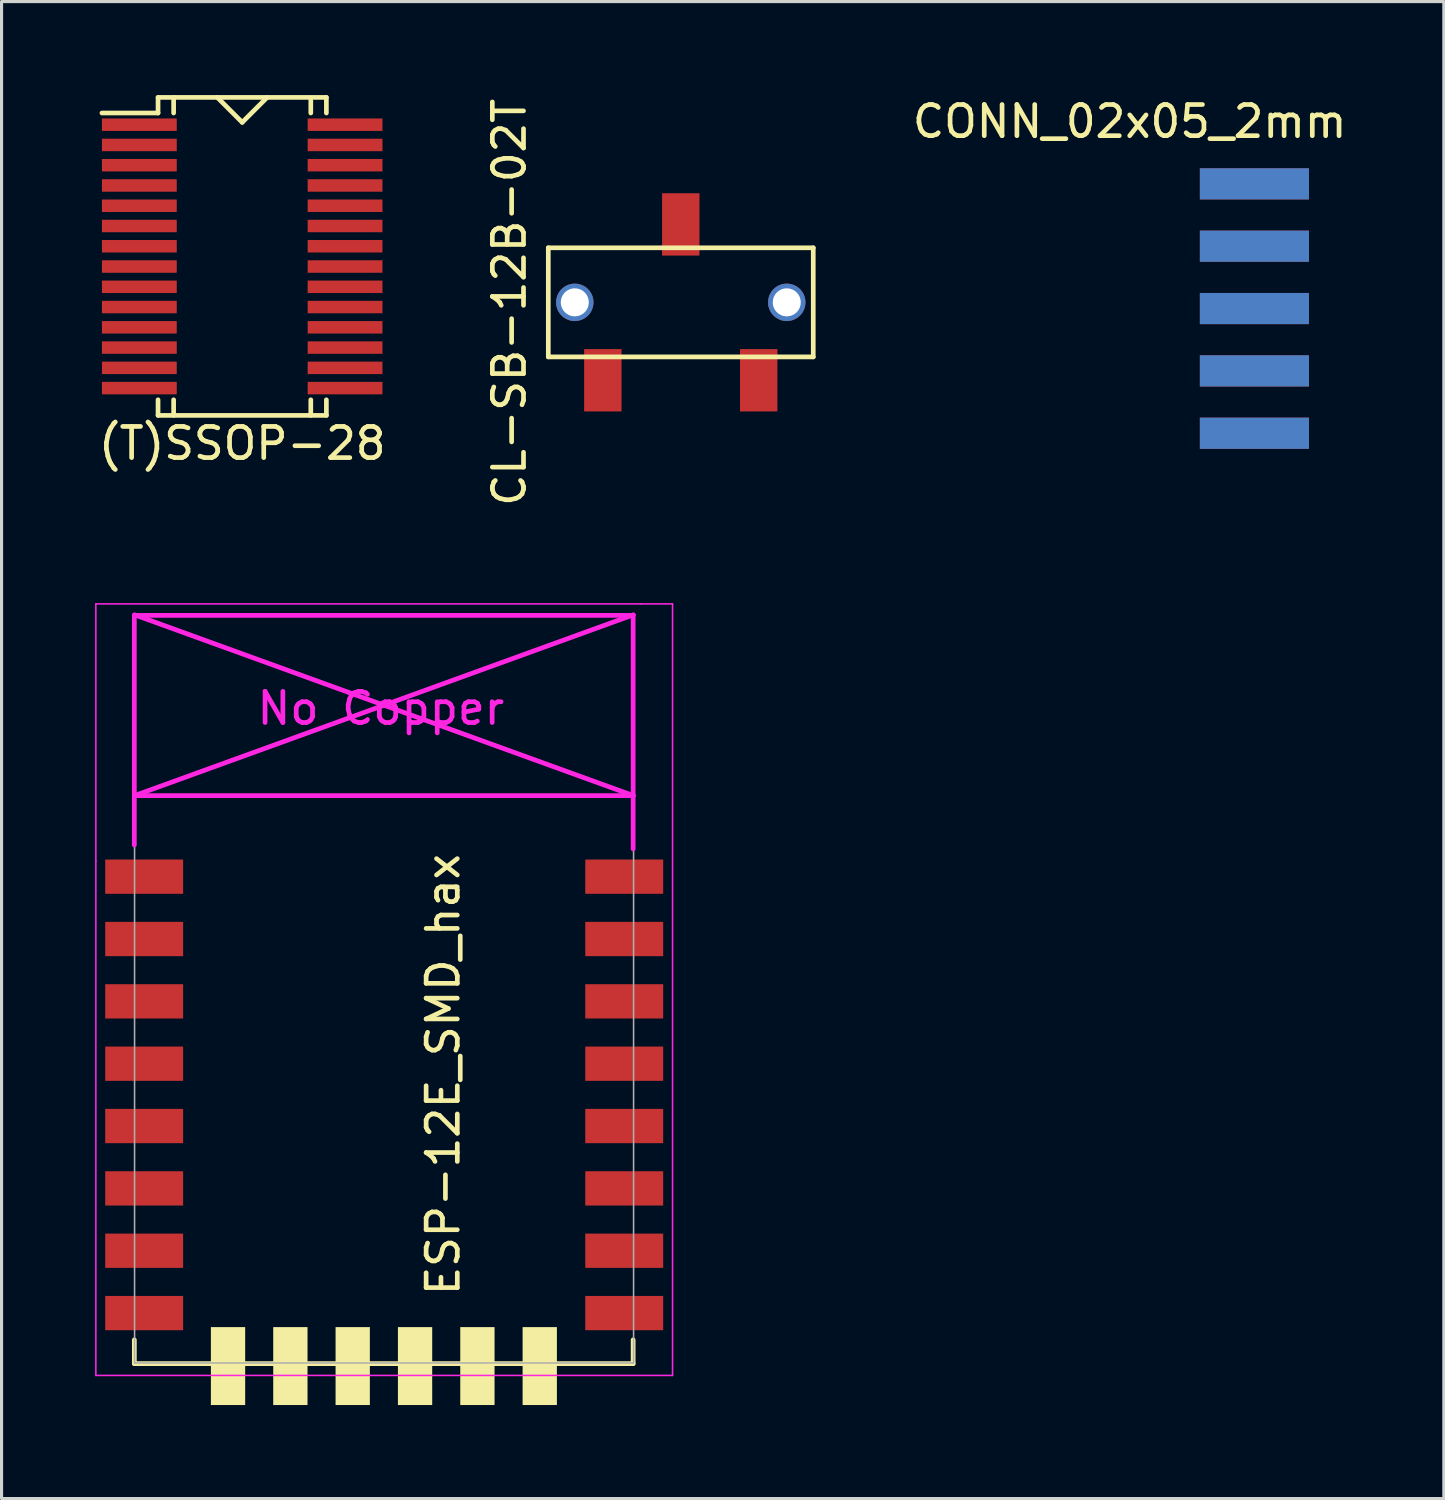
<source format=kicad_pcb>
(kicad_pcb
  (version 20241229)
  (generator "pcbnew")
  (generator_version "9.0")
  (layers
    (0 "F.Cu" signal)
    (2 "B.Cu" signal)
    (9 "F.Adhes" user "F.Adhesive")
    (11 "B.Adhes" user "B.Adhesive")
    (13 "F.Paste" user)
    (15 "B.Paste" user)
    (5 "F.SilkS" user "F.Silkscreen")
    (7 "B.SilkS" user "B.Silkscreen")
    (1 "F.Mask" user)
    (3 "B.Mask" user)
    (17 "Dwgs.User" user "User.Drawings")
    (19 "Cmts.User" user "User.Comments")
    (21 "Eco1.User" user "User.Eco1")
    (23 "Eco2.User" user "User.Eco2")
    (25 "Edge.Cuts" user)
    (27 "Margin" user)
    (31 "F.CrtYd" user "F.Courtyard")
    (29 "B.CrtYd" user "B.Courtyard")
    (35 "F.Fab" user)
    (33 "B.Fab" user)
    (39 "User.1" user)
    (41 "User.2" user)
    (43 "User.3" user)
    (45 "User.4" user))
  (footprint "(T)SSOP-28"
    (layer "F.Cu")
    (at 4.72 5.175)
    (property "Reference" "(T)SSOP-28" (at 0 6 0) (layer "F.SilkS") (effects (font (size 1 1) (thickness 0.15))))
    (attr through_hole)
    (fp_line (start -2.7 -5.1) (end -2.7 -4.6) (stroke (width 0.15) (type solid)) (layer "F.SilkS"))
    (fp_line (start -2.7 -5.1) (end 2.7 -5.1) (stroke (width 0.15) (type solid)) (layer "F.SilkS"))
    (fp_line (start -2.7 -4.6) (end -4.5 -4.6) (stroke (width 0.15) (type solid)) (layer "F.SilkS"))
    (fp_line (start -2.7 4.6) (end -2.7 5.1) (stroke (width 0.15) (type solid)) (layer "F.SilkS"))
    (fp_line (start -2.7 5.1) (end 2.7 5.1) (stroke (width 0.15) (type solid)) (layer "F.SilkS"))
    (fp_line (start -2.2 -5.1) (end -2.2 -4.6) (stroke (width 0.15) (type solid)) (layer "F.SilkS"))
    (fp_line (start -2.2 5.1) (end -2.2 4.6) (stroke (width 0.15) (type solid)) (layer "F.SilkS"))
    (fp_line (start -0.8 -5.1) (end 0 -4.3) (stroke (width 0.15) (type solid)) (layer "F.SilkS"))
    (fp_line (start 0 -4.3) (end 0.8 -5.1) (stroke (width 0.15) (type solid)) (layer "F.SilkS"))
    (fp_line (start 2.2 -5) (end 2.2 -4.6) (stroke (width 0.15) (type solid)) (layer "F.SilkS"))
    (fp_line (start 2.2 5.1) (end 2.2 4.6) (stroke (width 0.15) (type solid)) (layer "F.SilkS"))
    (fp_line (start 2.7 -5.1) (end 2.7 -4.6) (stroke (width 0.15) (type solid)) (layer "F.SilkS"))
    (fp_line (start 2.7 5.1) (end 2.7 4.6) (stroke (width 0.15) (type solid)) (layer "F.SilkS"))
    (pad "1" smd rect (at -3.3 -4.225) (size 2.4 0.4) (layers "F.Cu" "F.Mask" "F.Paste"))
    (pad "2" smd rect (at -3.3 -3.575) (size 2.4 0.4) (layers "F.Cu" "F.Mask" "F.Paste"))
    (pad "3" smd rect (at -3.3 -2.925) (size 2.4 0.4) (layers "F.Cu" "F.Mask" "F.Paste"))
    (pad "4" smd rect (at -3.3 -2.275) (size 2.4 0.4) (layers "F.Cu" "F.Mask" "F.Paste"))
    (pad "5" smd rect (at -3.3 -1.625) (size 2.4 0.4) (layers "F.Cu" "F.Mask" "F.Paste"))
    (pad "6" smd rect (at -3.3 -0.975) (size 2.4 0.4) (layers "F.Cu" "F.Mask" "F.Paste"))
    (pad "7" smd rect (at -3.3 -0.325) (size 2.4 0.4) (layers "F.Cu" "F.Mask" "F.Paste"))
    (pad "8" smd rect (at -3.3 0.325) (size 2.4 0.4) (layers "F.Cu" "F.Mask" "F.Paste"))
    (pad "9" smd rect (at -3.3 0.975) (size 2.4 0.4) (layers "F.Cu" "F.Mask" "F.Paste"))
    (pad "10" smd rect (at -3.3 1.625) (size 2.4 0.4) (layers "F.Cu" "F.Mask" "F.Paste"))
    (pad "11" smd rect (at -3.3 2.275) (size 2.4 0.4) (layers "F.Cu" "F.Mask" "F.Paste"))
    (pad "12" smd rect (at -3.3 2.925) (size 2.4 0.4) (layers "F.Cu" "F.Mask" "F.Paste"))
    (pad "13" smd rect (at -3.3 3.575) (size 2.4 0.4) (layers "F.Cu" "F.Mask" "F.Paste"))
    (pad "14" smd rect (at -3.3 4.225) (size 2.4 0.4) (layers "F.Cu" "F.Mask" "F.Paste"))
    (pad "15" smd rect (at 3.3 4.225) (size 2.4 0.4) (layers "F.Cu" "F.Mask" "F.Paste"))
    (pad "16" smd rect (at 3.3 3.575) (size 2.4 0.4) (layers "F.Cu" "F.Mask" "F.Paste"))
    (pad "17" smd rect (at 3.3 2.925) (size 2.4 0.4) (layers "F.Cu" "F.Mask" "F.Paste"))
    (pad "18" smd rect (at 3.3 2.275) (size 2.4 0.4) (layers "F.Cu" "F.Mask" "F.Paste"))
    (pad "19" smd rect (at 3.3 1.625) (size 2.4 0.4) (layers "F.Cu" "F.Mask" "F.Paste"))
    (pad "20" smd rect (at 3.3 0.975) (size 2.4 0.4) (layers "F.Cu" "F.Mask" "F.Paste"))
    (pad "21" smd rect (at 3.3 0.325) (size 2.4 0.4) (layers "F.Cu" "F.Mask" "F.Paste"))
    (pad "22" smd rect (at 3.3 -0.325) (size 2.4 0.4) (layers "F.Cu" "F.Mask" "F.Paste"))
    (pad "23" smd rect (at 3.3 -0.975) (size 2.4 0.4) (layers "F.Cu" "F.Mask" "F.Paste"))
    (pad "24" smd rect (at 3.3 -1.625) (size 2.4 0.4) (layers "F.Cu" "F.Mask" "F.Paste"))
    (pad "25" smd rect (at 3.3 -2.275) (size 2.4 0.4) (layers "F.Cu" "F.Mask" "F.Paste"))
    (pad "26" smd rect (at 3.3 -2.925) (size 2.4 0.4) (layers "F.Cu" "F.Mask" "F.Paste"))
    (pad "27" smd rect (at 3.3 -3.575) (size 2.4 0.4) (layers "F.Cu" "F.Mask" "F.Paste"))
    (pad "28" smd rect (at 3.3 -4.225) (size 2.4 0.4) (layers "F.Cu" "F.Mask" "F.Paste")))
  (footprint "CL-SB-12B-02T"
    (layer "F.Cu")
    (at 18.789 6.649)
    (property "Reference" "CL-SB-12B-02T" (at -5.5 0 90) (layer "F.SilkS") (effects (font (size 1 1) (thickness 0.15))))
    (attr through_hole)
    (fp_line (start -4.25 -1.75) (end -4.25 1.75) (stroke (width 0.15) (type solid)) (layer "F.SilkS"))
    (fp_line (start -4.25 1.75) (end 4.25 1.75) (stroke (width 0.15) (type solid)) (layer "F.SilkS"))
    (fp_line (start 4.25 -1.75) (end -4.25 -1.75) (stroke (width 0.15) (type solid)) (layer "F.SilkS"))
    (fp_line (start 4.25 1.75) (end 4.25 -1.75) (stroke (width 0.15) (type solid)) (layer "F.SilkS"))
    (pad "" np_thru_hole circle (at -3.4 0) (size 1.2 1.2) (drill 0.9) (layers "*.Cu" "*.Mask"))
    (pad "" np_thru_hole circle (at 3.4 0) (size 1.2 1.2) (drill 0.9) (layers "*.Cu" "*.Mask"))
    (pad "1" smd rect (at 2.5 2.5) (size 1.2 2) (layers "F.Cu" "F.Mask" "F.Paste"))
    (pad "2" smd rect (at 0 -2.5) (size 1.2 2) (layers "F.Cu" "F.Mask" "F.Paste"))
    (pad "3" smd rect (at -2.5 2.5) (size 1.2 2) (layers "F.Cu" "F.Mask" "F.Paste")))
  (footprint "CONN_02x05_2mm"
    (layer "F.Cu")
    (at 37.191 6.848)
    (property "Reference" "CONN_02x05_2mm" (at -4 -6 0) (layer "F.SilkS") (effects (font (size 1 1) (thickness 0.15))))
    (attr through_hole)
    (pad "1" smd rect (at 0 -4) (size 3.5 1) (layers "F.Cu" "F.Mask" "F.Paste"))
    (pad "2" smd rect (at 0 -2) (size 3.5 1) (layers "F.Cu" "F.Mask" "F.Paste"))
    (pad "3" smd rect (at 0 0) (size 3.5 1) (layers "F.Cu" "F.Mask" "F.Paste"))
    (pad "4" smd rect (at 0 2) (size 3.5 1) (layers "F.Cu" "F.Mask" "F.Paste"))
    (pad "5" smd rect (at 0 4) (size 3.5 1) (layers "F.Cu" "F.Mask" "F.Paste"))
    (pad "6" smd rect (at 0 -4) (size 3.5 1) (layers "B.Cu" "B.Mask" "B.Paste"))
    (pad "7" smd rect (at 0 -2) (size 3.5 1) (layers "B.Cu" "B.Mask" "B.Paste"))
    (pad "8" smd rect (at 0 0) (size 3.5 1) (layers "B.Cu" "B.Mask" "B.Paste"))
    (pad "9" smd rect (at 0 2) (size 3.5 1) (layers "B.Cu" "B.Mask" "B.Paste"))
    (pad "10" smd rect (at 0 4) (size 3.5 1) (layers "B.Cu" "B.Mask" "B.Paste")))
  (footprint "ESP-12E_SMD_hax"
    (layer "F.Cu")
    (at 2.275 25.073)
    (property "Reference" "ESP-12E_SMD_hax" (at 8.89 6.35 90) (layer "F.SilkS") (effects (font (size 1 1) (thickness 0.15))))
    (attr through_hole)
    (fp_line (start -1.016 14.859) (end -1.016 15.621) (stroke (width 0.152) (type solid)) (layer "F.SilkS"))
    (fp_line (start -1.016 15.621) (end 14.986 15.621) (stroke (width 0.152) (type solid)) (layer "F.SilkS"))
    (fp_line (start 14.986 15.621) (end 14.986 14.859) (stroke (width 0.152) (type solid)) (layer "F.SilkS"))
    (fp_line (start -2.25 -8.75) (end 15.25 -8.75) (stroke (width 0.05) (type solid)) (layer "F.CrtYd"))
    (fp_line (start -2.25 -0.5) (end -2.25 -8.75) (stroke (width 0.05) (type solid)) (layer "F.CrtYd"))
    (fp_line (start -2.25 16) (end -2.25 -0.5) (stroke (width 0.05) (type solid)) (layer "F.CrtYd"))
    (fp_line (start -1.016 -8.382) (end -1.016 -1.016) (stroke (width 0.152) (type solid)) (layer "F.CrtYd"))
    (fp_line (start -1.016 -8.382) (end 14.986 -8.382) (stroke (width 0.152) (type solid)) (layer "F.CrtYd"))
    (fp_line (start -1.008 -8.4) (end 14.992 -2.6) (stroke (width 0.152) (type solid)) (layer "F.CrtYd"))
    (fp_line (start -1.008 -2.6) (end 14.992 -2.6) (stroke (width 0.152) (type solid)) (layer "F.CrtYd"))
    (fp_line (start 14.986 -8.382) (end 14.986 -0.889) (stroke (width 0.152) (type solid)) (layer "F.CrtYd"))
    (fp_line (start 14.992 -8.4) (end -1.008 -2.6) (stroke (width 0.152) (type solid)) (layer "F.CrtYd"))
    (fp_line (start 15.25 -8.75) (end 16.25 -8.75) (stroke (width 0.05) (type solid)) (layer "F.CrtYd"))
    (fp_line (start 16.25 -8.75) (end 16.25 16) (stroke (width 0.05) (type solid)) (layer "F.CrtYd"))
    (fp_line (start 16.25 16) (end -2.25 16) (stroke (width 0.05) (type solid)) (layer "F.CrtYd"))
    (fp_line (start -1.008 -8.4) (end 14.992 -8.4) (stroke (width 0.05) (type solid)) (layer "F.Fab"))
    (fp_line (start -1.008 15.6) (end -1.008 -8.4) (stroke (width 0.05) (type solid)) (layer "F.Fab"))
    (fp_line (start 14.992 15.6) (end -1.008 15.6) (stroke (width 0.05) (type solid)) (layer "F.Fab"))
    (fp_line (start 15 -8.4) (end 15 15.6) (stroke (width 0.05) (type solid)) (layer "F.Fab"))
    (fp_text user "No Copper" (at 6.892 -5.4 0) (layer "F.CrtYd") (effects (font (size 1 1) (thickness 0.15))))
    (pad "" smd rect (at 1.99 15 90) (size 2.5 1.1) (drill (offset -0.7 0)) (layers "F.SilkS"))
    (pad "" smd rect (at 3.99 15 90) (size 2.5 1.1) (drill (offset -0.7 0)) (layers "F.SilkS"))
    (pad "" smd rect (at 5.99 15 90) (size 2.5 1.1) (drill (offset -0.7 0)) (layers "F.SilkS"))
    (pad "" smd rect (at 7.99 15 90) (size 2.5 1.1) (drill (offset -0.7 0)) (layers "F.SilkS"))
    (pad "" smd rect (at 9.99 15 90) (size 2.5 1.1) (drill (offset -0.7 0)) (layers "F.SilkS"))
    (pad "" smd rect (at 11.99 15 90) (size 2.5 1.1) (drill (offset -0.7 0)) (layers "F.SilkS"))
    (pad "1" smd rect (at 0 0) (size 2.5 1.1) (drill (offset -0.7 0)) (layers "F.Cu" "F.Mask" "F.Paste"))
    (pad "2" smd rect (at 0 2) (size 2.5 1.1) (drill (offset -0.7 0)) (layers "F.Cu" "F.Mask" "F.Paste"))
    (pad "3" smd rect (at 0 4) (size 2.5 1.1) (drill (offset -0.7 0)) (layers "F.Cu" "F.Mask" "F.Paste"))
    (pad "4" smd rect (at 0 6) (size 2.5 1.1) (drill (offset -0.7 0)) (layers "F.Cu" "F.Mask" "F.Paste"))
    (pad "5" smd rect (at 0 8) (size 2.5 1.1) (drill (offset -0.7 0)) (layers "F.Cu" "F.Mask" "F.Paste"))
    (pad "6" smd rect (at 0 10) (size 2.5 1.1) (drill (offset -0.7 0)) (layers "F.Cu" "F.Mask" "F.Paste"))
    (pad "7" smd rect (at 0 12) (size 2.5 1.1) (drill (offset -0.7 0)) (layers "F.Cu" "F.Mask" "F.Paste"))
    (pad "8" smd rect (at 0 14) (size 2.5 1.1) (drill (offset -0.7 0)) (layers "F.Cu" "F.Mask" "F.Paste"))
    (pad "9" smd rect (at 14 14) (size 2.5 1.1) (drill (offset 0.7 0)) (layers "F.Cu" "F.Mask" "F.Paste"))
    (pad "10" smd rect (at 14 12) (size 2.5 1.1) (drill (offset 0.7 0)) (layers "F.Cu" "F.Mask" "F.Paste"))
    (pad "11" smd rect (at 14 10) (size 2.5 1.1) (drill (offset 0.7 0)) (layers "F.Cu" "F.Mask" "F.Paste"))
    (pad "12" smd rect (at 14 8) (size 2.5 1.1) (drill (offset 0.7 0)) (layers "F.Cu" "F.Mask" "F.Paste"))
    (pad "13" smd rect (at 14 6) (size 2.5 1.1) (drill (offset 0.7 0)) (layers "F.Cu" "F.Mask" "F.Paste"))
    (pad "14" smd rect (at 14 4) (size 2.5 1.1) (drill (offset 0.7 0)) (layers "F.Cu" "F.Mask" "F.Paste"))
    (pad "15" smd rect (at 14 2) (size 2.5 1.1) (drill (offset 0.7 0)) (layers "F.Cu" "F.Mask" "F.Paste"))
    (pad "16" smd rect (at 14 0) (size 2.5 1.1) (drill (offset 0.7 0)) (layers "F.Cu" "F.Mask" "F.Paste")))
  (gr_rect
    (start -3 -3)
    (end 43.268 45.023)
    (stroke (width 0.1) (type default))
    (fill no)
    (layer "Edge.Cuts")))
</source>
